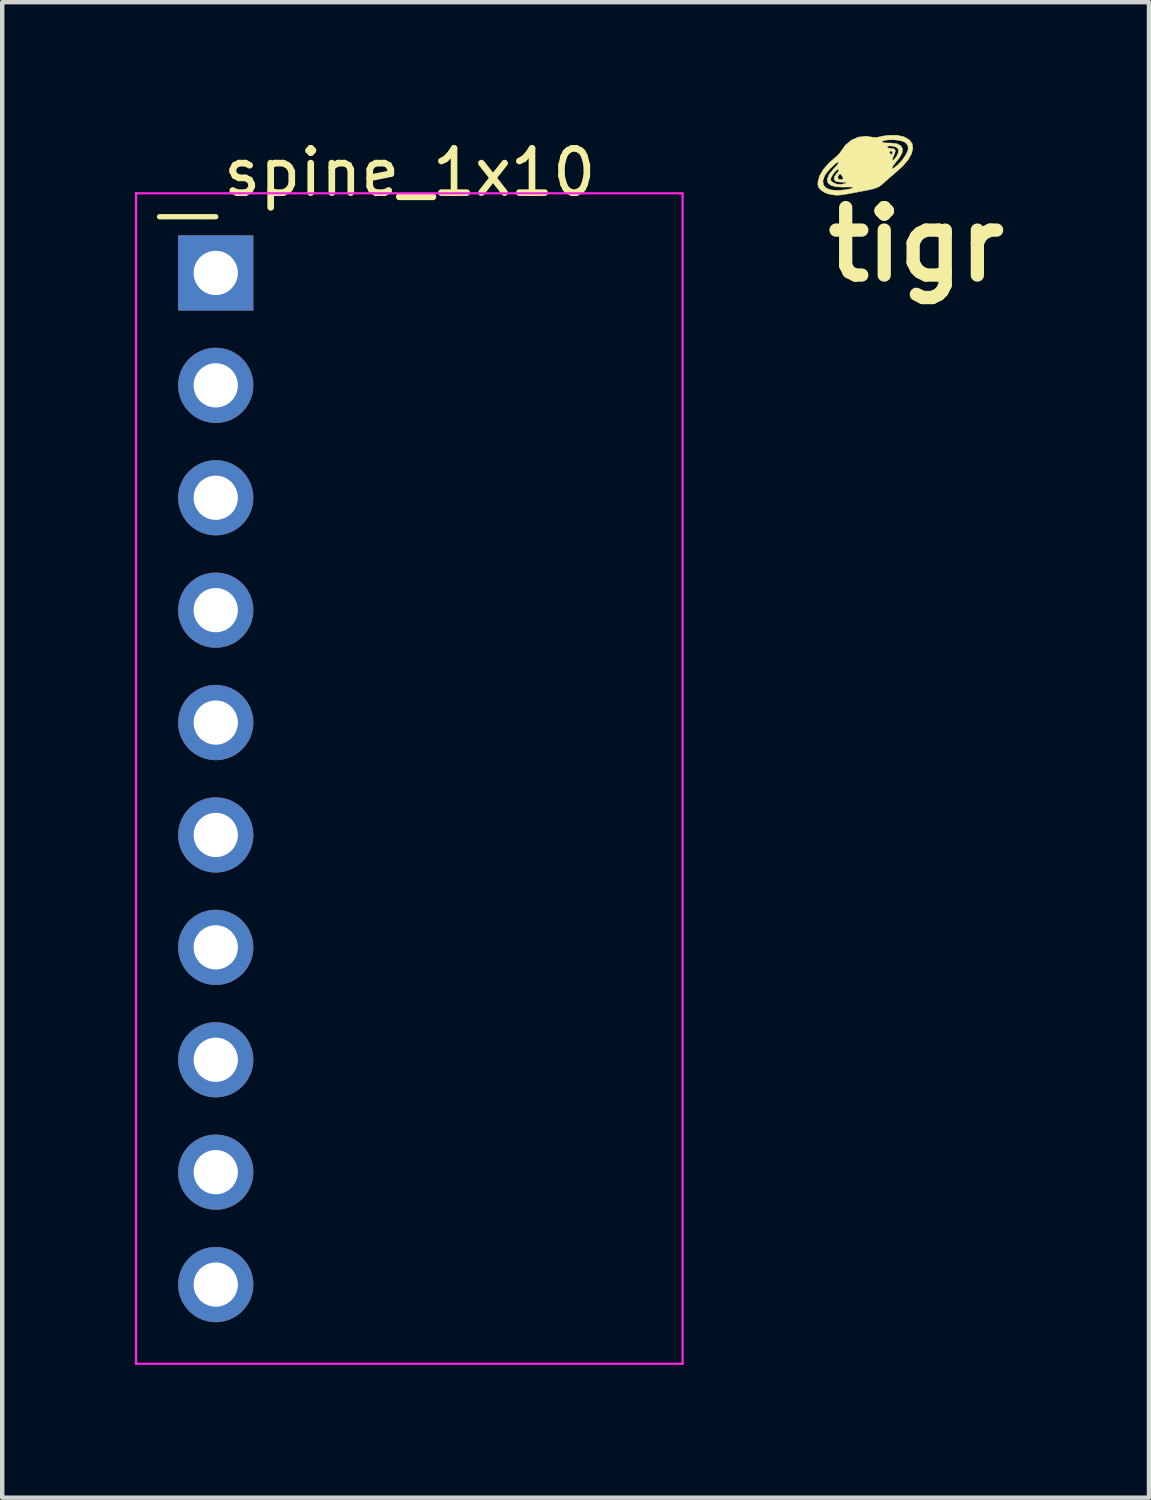
<source format=kicad_pcb>
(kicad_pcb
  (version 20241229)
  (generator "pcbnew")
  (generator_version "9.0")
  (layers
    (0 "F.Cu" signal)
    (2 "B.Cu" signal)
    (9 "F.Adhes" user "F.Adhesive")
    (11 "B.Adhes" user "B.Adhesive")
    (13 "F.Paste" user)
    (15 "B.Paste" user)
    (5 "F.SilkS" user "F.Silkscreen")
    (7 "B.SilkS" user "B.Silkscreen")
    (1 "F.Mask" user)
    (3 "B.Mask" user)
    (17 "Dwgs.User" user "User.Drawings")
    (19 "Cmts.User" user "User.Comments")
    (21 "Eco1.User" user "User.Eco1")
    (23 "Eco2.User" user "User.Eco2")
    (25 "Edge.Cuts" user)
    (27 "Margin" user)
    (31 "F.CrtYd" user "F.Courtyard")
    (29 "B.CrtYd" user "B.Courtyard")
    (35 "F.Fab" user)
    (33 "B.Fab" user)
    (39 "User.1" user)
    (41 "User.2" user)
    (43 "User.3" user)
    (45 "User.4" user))
  (footprint "spine_1x10"
    (layer "F.Cu")
    (at 1.825 3.118)
    (property "Reference" "spine_1x10" (at 4.385 -2.27 0) (layer "F.SilkS") (effects (font (size 1 1) (thickness 0.15))))
    (attr through_hole)
    (fp_line (start -1.27 -1.27) (end 0 -1.27) (stroke (width 0.12) (type solid)) (layer "F.SilkS"))
    (fp_line (start -1.8 -1.8) (end -1.8 24.65) (stroke (width 0.05) (type solid)) (layer "F.CrtYd"))
    (fp_line (start -1.8 24.65) (end 10.55 24.65) (stroke (width 0.05) (type solid)) (layer "F.CrtYd"))
    (fp_line (start 10.55 -1.8) (end -1.8 -1.8) (stroke (width 0.05) (type solid)) (layer "F.CrtYd"))
    (fp_line (start 10.55 24.65) (end 10.55 -1.8) (stroke (width 0.05) (type solid)) (layer "F.CrtYd"))
    (fp_line (start -0.32 -0.32) (end -0.32 0.32) (stroke (width 0.1) (type solid)) (layer "F.Fab"))
    (fp_line (start -0.32 2.22) (end -0.32 2.86) (stroke (width 0.1) (type solid)) (layer "F.Fab"))
    (fp_line (start -0.32 4.76) (end -0.32 5.4) (stroke (width 0.1) (type solid)) (layer "F.Fab"))
    (fp_line (start -0.32 7.3) (end -0.32 7.94) (stroke (width 0.1) (type solid)) (layer "F.Fab"))
    (fp_line (start -0.32 9.84) (end -0.32 10.48) (stroke (width 0.1) (type solid)) (layer "F.Fab"))
    (fp_line (start -0.32 12.38) (end -0.32 13.02) (stroke (width 0.1) (type solid)) (layer "F.Fab"))
    (fp_line (start -0.32 14.92) (end -0.32 15.56) (stroke (width 0.1) (type solid)) (layer "F.Fab"))
    (fp_line (start -0.32 17.46) (end -0.32 18.1) (stroke (width 0.1) (type solid)) (layer "F.Fab"))
    (fp_line (start -0.32 20) (end -0.32 20.64) (stroke (width 0.1) (type solid)) (layer "F.Fab"))
    (fp_line (start -0.32 22.54) (end -0.32 23.18) (stroke (width 0.1) (type solid)) (layer "F.Fab"))
    (pad "1" thru_hole rect (at 0 0) (size 1.7 1.7) (drill 1) (layers "*.Cu" "*.Mask"))
    (pad "2" thru_hole oval (at 0 2.54) (size 1.7 1.7) (drill 1) (layers "*.Cu" "*.Mask"))
    (pad "3" thru_hole oval (at 0 5.08) (size 1.7 1.7) (drill 1) (layers "*.Cu" "*.Mask"))
    (pad "4" thru_hole oval (at 0 7.62) (size 1.7 1.7) (drill 1) (layers "*.Cu" "*.Mask"))
    (pad "5" thru_hole oval (at 0 10.16) (size 1.7 1.7) (drill 1) (layers "*.Cu" "*.Mask"))
    (pad "6" thru_hole oval (at 0 12.7) (size 1.7 1.7) (drill 1) (layers "*.Cu" "*.Mask"))
    (pad "7" thru_hole oval (at 0 15.24) (size 1.7 1.7) (drill 1) (layers "*.Cu" "*.Mask"))
    (pad "8" thru_hole oval (at 0 17.78) (size 1.7 1.7) (drill 1) (layers "*.Cu" "*.Mask"))
    (pad "9" thru_hole oval (at 0 20.32) (size 1.7 1.7) (drill 1) (layers "*.Cu" "*.Mask"))
    (pad "10" thru_hole oval (at 0 22.86) (size 1.7 1.7) (drill 1) (layers "*.Cu" "*.Mask")))
  (footprint "tigr"
    (layer "F.Cu")
    (at 17.657 2.476)
    (property "Reference" "tigr" (at 0 0 0) (layer "F.SilkS") (effects (font (size 1.524 1.524) (thickness 0.3))))
    (attr through_hole)
    (fp_poly (pts (xy -0.279 -2.435) (xy -0.153 -2.362) (xy -0.093 -2.276) (xy -0.08 -2.169) (xy -0.112 -2.046) (xy -0.187 -1.914) (xy -0.304 -1.777) (xy -0.385 -1.702) (xy -0.492 -1.609) (xy -0.613 -1.504) (xy -0.706 -1.421) (xy -0.763 -1.37) (xy -0.811 -1.331) (xy -0.859 -1.301) (xy -0.916 -1.277) (xy -0.992 -1.254) (xy -1.095 -1.231) (xy -1.236 -1.204) (xy -1.411 -1.171) (xy -1.574 -1.141) (xy -1.692 -1.123) (xy -1.772 -1.115) (xy -1.825 -1.116) (xy -1.834 -1.117) (xy -1.89 -1.127) (xy -1.969 -1.14) (xy -1.976 -1.141) (xy -2.065 -1.172) (xy -2.149 -1.226) (xy -2.155 -1.232) (xy -2.207 -1.289) (xy -2.226 -1.346) (xy -2.223 -1.426) (xy -2.219 -1.438) (xy -2.112 -1.438) (xy -2.099 -1.346) (xy -2.038 -1.277) (xy -1.933 -1.235) (xy -1.786 -1.222) (xy -1.717 -1.226) (xy -1.609 -1.238) (xy -1.516 -1.254) (xy -1.463 -1.268) (xy -1.428 -1.286) (xy -1.432 -1.297) (xy -1.48 -1.301) (xy -1.577 -1.301) (xy -1.66 -1.299) (xy -1.823 -1.307) (xy -1.937 -1.341) (xy -2.001 -1.399) (xy -2.014 -1.48) (xy -2.013 -1.48) (xy -1.938 -1.48) (xy -1.931 -1.443) (xy -1.891 -1.406) (xy -1.804 -1.366) (xy -1.695 -1.359) (xy -1.595 -1.383) (xy -1.57 -1.398) (xy -1.593 -1.406) (xy -1.656 -1.409) (xy -1.741 -1.414) (xy -1.807 -1.425) (xy -1.818 -1.428) (xy -1.857 -1.467) (xy -1.854 -1.526) (xy -1.853 -1.529) (xy -1.773 -1.529) (xy -1.769 -1.483) (xy -1.727 -1.468) (xy -1.71 -1.468) (xy -1.661 -1.472) (xy -1.654 -1.498) (xy -1.671 -1.539) (xy -1.709 -1.592) (xy -1.746 -1.591) (xy -1.771 -1.539) (xy -1.773 -1.529) (xy -1.853 -1.529) (xy -1.811 -1.59) (xy -1.806 -1.595) (xy -1.764 -1.648) (xy -1.75 -1.688) (xy -1.764 -1.706) (xy -1.799 -1.686) (xy -1.846 -1.639) (xy -1.893 -1.573) (xy -1.911 -1.54) (xy -1.938 -1.48) (xy -2.013 -1.48) (xy -1.974 -1.58) (xy -1.881 -1.698) (xy -1.849 -1.73) (xy -1.791 -1.793) (xy -1.758 -1.845) (xy -1.755 -1.863) (xy -1.778 -1.863) (xy -1.826 -1.83) (xy -1.89 -1.773) (xy -1.958 -1.704) (xy -2.02 -1.631) (xy -2.067 -1.565) (xy -2.075 -1.551) (xy -2.112 -1.438) (xy -2.219 -1.438) (xy -2.183 -1.559) (xy -2.098 -1.702) (xy -1.976 -1.841) (xy -1.882 -1.923) (xy -1.799 -1.995) (xy -1.731 -2.066) (xy -1.708 -2.098) (xy -0.606 -2.098) (xy -0.603 -2.074) (xy -0.575 -2.037) (xy -0.561 -2.032) (xy -0.539 -2.055) (xy -0.536 -2.074) (xy -0.558 -2.112) (xy -0.578 -2.117) (xy -0.606 -2.098) (xy -1.708 -2.098) (xy -1.697 -2.113) (xy -1.634 -2.201) (xy -0.663 -2.201) (xy -0.624 -2.178) (xy -0.584 -2.173) (xy -0.505 -2.162) (xy -0.474 -2.127) (xy -0.488 -2.061) (xy -0.505 -2.025) (xy -0.534 -1.957) (xy -0.543 -1.911) (xy -0.541 -1.905) (xy -0.514 -1.911) (xy -0.475 -1.953) (xy -0.435 -2.014) (xy -0.407 -2.079) (xy -0.405 -2.086) (xy -0.406 -2.154) (xy -0.439 -2.192) (xy -0.489 -2.214) (xy -0.555 -2.227) (xy -0.617 -2.229) (xy -0.659 -2.219) (xy -0.663 -2.201) (xy -1.634 -2.201) (xy -1.596 -2.255) (xy -1.51 -2.323) (xy -0.781 -2.323) (xy -0.763 -2.307) (xy -0.694 -2.296) (xy -0.585 -2.294) (xy -0.446 -2.279) (xy -0.355 -2.236) (xy -0.313 -2.168) (xy -0.321 -2.076) (xy -0.38 -1.965) (xy -0.451 -1.877) (xy -0.505 -1.81) (xy -0.542 -1.75) (xy -0.546 -1.741) (xy -0.553 -1.711) (xy -0.536 -1.712) (xy -0.484 -1.747) (xy -0.482 -1.749) (xy -0.412 -1.808) (xy -0.337 -1.887) (xy -0.313 -1.916) (xy -0.223 -2.049) (xy -0.183 -2.157) (xy -0.193 -2.243) (xy -0.253 -2.308) (xy -0.298 -2.331) (xy -0.391 -2.355) (xy -0.51 -2.367) (xy -0.631 -2.366) (xy -0.728 -2.351) (xy -0.746 -2.345) (xy -0.781 -2.323) (xy -1.51 -2.323) (xy -1.462 -2.362) (xy -1.308 -2.428) (xy -1.145 -2.447) (xy -1.054 -2.435) (xy -0.962 -2.421) (xy -0.885 -2.421) (xy -0.863 -2.426) (xy -0.804 -2.441) (xy -0.711 -2.458) (xy -0.632 -2.468) (xy -0.441 -2.471) (xy -0.279 -2.435)) (stroke (width 0.01) (type solid)) (fill yes) (layer "F.SilkS")))
  (gr_rect
    (start -3 -3)
    (end 22.914 30.793)
    (stroke (width 0.1) (type default))
    (fill no)
    (layer "Edge.Cuts")))
</source>
